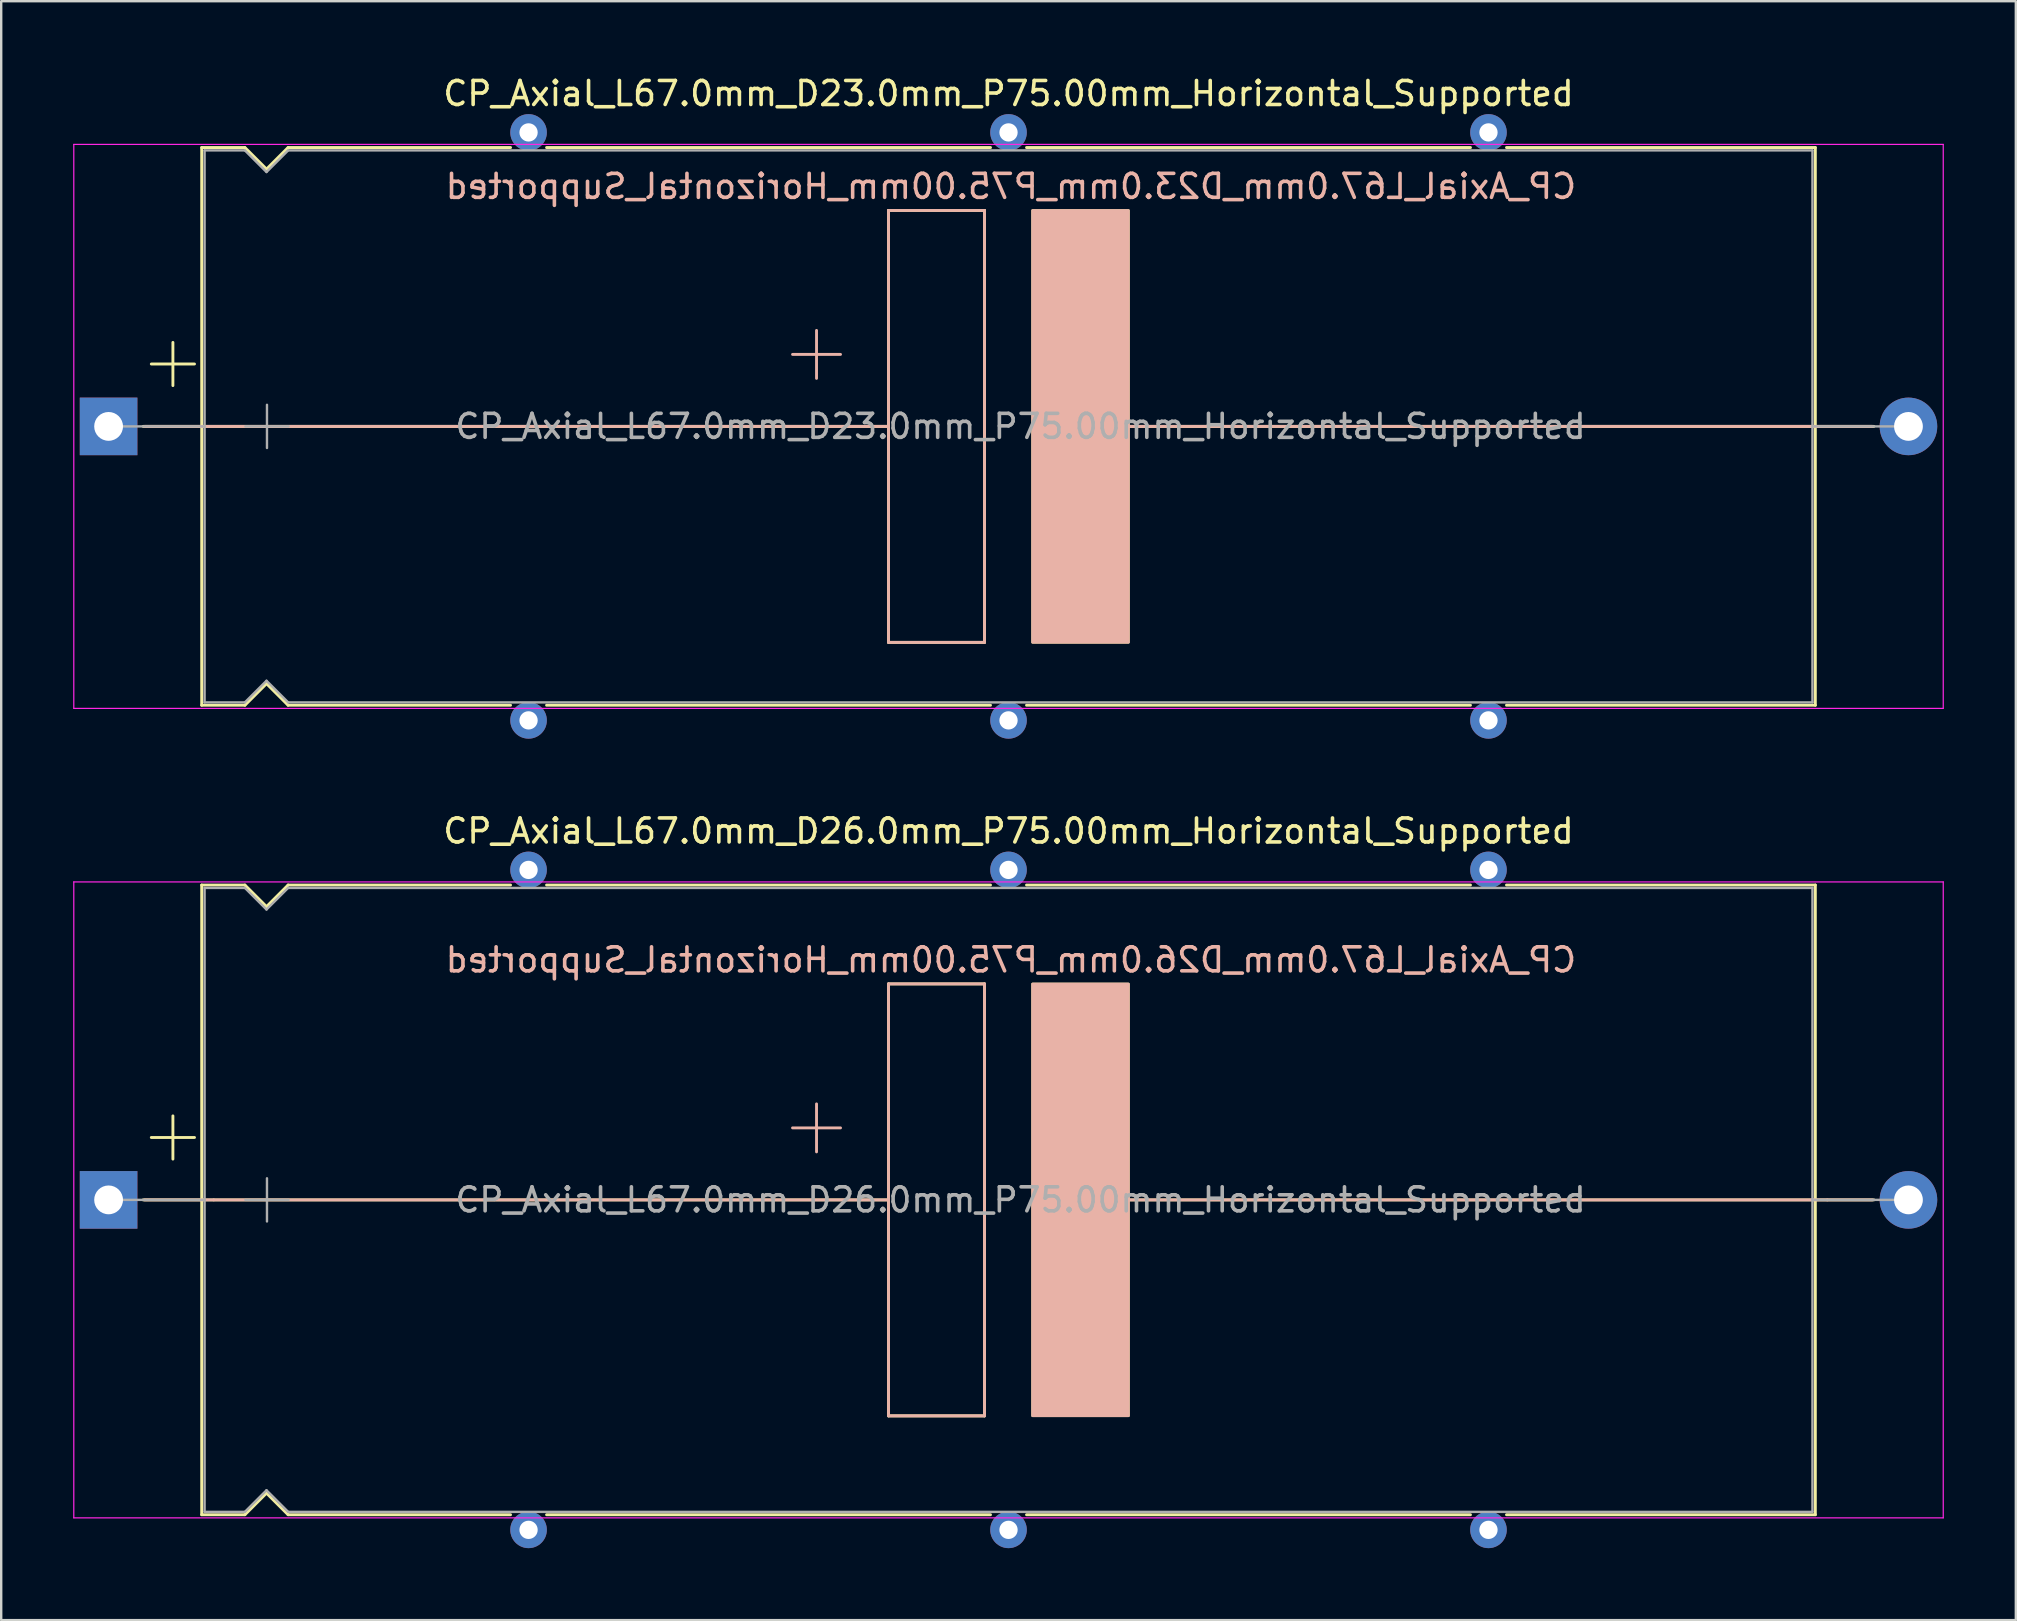
<source format=kicad_pcb>
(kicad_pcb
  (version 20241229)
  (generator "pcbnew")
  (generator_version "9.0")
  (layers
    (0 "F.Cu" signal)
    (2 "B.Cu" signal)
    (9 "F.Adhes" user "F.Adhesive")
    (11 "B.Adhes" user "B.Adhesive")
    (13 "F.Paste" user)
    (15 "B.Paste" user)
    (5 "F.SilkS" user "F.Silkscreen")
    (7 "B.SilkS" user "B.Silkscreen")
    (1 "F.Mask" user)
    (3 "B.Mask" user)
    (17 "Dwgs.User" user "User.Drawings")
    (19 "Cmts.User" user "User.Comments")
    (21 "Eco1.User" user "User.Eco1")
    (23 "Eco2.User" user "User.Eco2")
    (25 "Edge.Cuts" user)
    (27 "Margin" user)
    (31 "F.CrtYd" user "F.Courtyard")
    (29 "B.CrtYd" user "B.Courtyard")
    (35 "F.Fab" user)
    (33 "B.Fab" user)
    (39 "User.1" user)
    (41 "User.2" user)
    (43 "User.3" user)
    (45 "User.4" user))
  (footprint "CP_Axial_L67.0mm_D23.0mm_P75.00mm_Horizontal_Supported"
    (layer "F.Cu")
    (at 1.475 14.718)
    (property "Reference" "CP_Axial_L67.0mm_D23.0mm_P75.00mm_Horizontal_Supported" (at 37.5 -13.87 0) (layer "F.SilkS") (effects (font (size 1 1) (thickness 0.15))))
    (fp_line (start 1.44 0) (end 3.88 0) (stroke (width 0.12) (type solid)) (layer "F.SilkS"))
    (fp_line (start 1.78 -2.6) (end 3.58 -2.6) (stroke (width 0.12) (type solid)) (layer "F.SilkS"))
    (fp_line (start 2.68 -3.5) (end 2.68 -1.7) (stroke (width 0.12) (type solid)) (layer "F.SilkS"))
    (fp_line (start 3.873 0) (end 32.5 0) (stroke (width 0.12) (type solid)) (layer "F.SilkS"))
    (fp_line (start 3.88 -11.62) (end 3.88 11.62) (stroke (width 0.12) (type solid)) (layer "F.SilkS"))
    (fp_line (start 3.88 -11.62) (end 5.68 -11.62) (stroke (width 0.12) (type solid)) (layer "F.SilkS"))
    (fp_line (start 3.88 11.62) (end 5.68 11.62) (stroke (width 0.12) (type solid)) (layer "F.SilkS"))
    (fp_line (start 5.68 -11.62) (end 6.58 -10.72) (stroke (width 0.12) (type solid)) (layer "F.SilkS"))
    (fp_line (start 5.68 11.62) (end 6.58 10.72) (stroke (width 0.12) (type solid)) (layer "F.SilkS"))
    (fp_line (start 6.58 -10.72) (end 7.48 -11.62) (stroke (width 0.12) (type solid)) (layer "F.SilkS"))
    (fp_line (start 6.58 10.72) (end 7.48 11.62) (stroke (width 0.12) (type solid)) (layer "F.SilkS"))
    (fp_line (start 7.48 -11.62) (end 16.75 -11.62) (stroke (width 0.12) (type solid)) (layer "F.SilkS"))
    (fp_line (start 7.48 11.62) (end 16.75 11.62) (stroke (width 0.12) (type solid)) (layer "F.SilkS"))
    (fp_line (start 18.25 -11.62) (end 36.75 -11.62) (stroke (width 0.12) (type solid)) (layer "F.SilkS"))
    (fp_line (start 18.25 11.62) (end 36.75 11.62) (stroke (width 0.12) (type solid)) (layer "F.SilkS"))
    (fp_line (start 32.5 -9) (end 36.5 -9) (stroke (width 0.12) (type solid)) (layer "F.SilkS"))
    (fp_line (start 32.5 9) (end 32.5 -9) (stroke (width 0.12) (type solid)) (layer "F.SilkS"))
    (fp_line (start 36.5 -9) (end 36.5 9) (stroke (width 0.12) (type solid)) (layer "F.SilkS"))
    (fp_line (start 36.5 9) (end 32.5 9) (stroke (width 0.12) (type solid)) (layer "F.SilkS"))
    (fp_line (start 38.25 -11.62) (end 56.75 -11.62) (stroke (width 0.12) (type solid)) (layer "F.SilkS"))
    (fp_line (start 38.25 11.62) (end 56.75 11.62) (stroke (width 0.12) (type solid)) (layer "F.SilkS"))
    (fp_line (start 42 0) (end 71.12 0) (stroke (width 0.12) (type solid)) (layer "F.SilkS"))
    (fp_line (start 58.25 -11.62) (end 71.12 -11.62) (stroke (width 0.12) (type solid)) (layer "F.SilkS"))
    (fp_line (start 58.25 11.62) (end 71.12 11.62) (stroke (width 0.12) (type solid)) (layer "F.SilkS"))
    (fp_line (start 71.12 -11.62) (end 71.12 11.62) (stroke (width 0.12) (type solid)) (layer "F.SilkS"))
    (fp_line (start 73.56 0) (end 71.12 0) (stroke (width 0.12) (type solid)) (layer "F.SilkS"))
    (fp_poly (pts (xy 42.5 9) (xy 38.5 9) (xy 38.5 -9) (xy 42.5 -9)) (stroke (width 0.1) (type solid)) (fill yes) (layer "F.SilkS"))
    (fp_line (start 1.5 0) (end 4.38 0) (stroke (width 0.12) (type solid)) (layer "B.SilkS"))
    (fp_line (start 4.38 0) (end 32.5 0) (stroke (width 0.12) (type solid)) (layer "B.SilkS"))
    (fp_line (start 29.5 -2) (end 29.5 -4) (stroke (width 0.12) (type solid)) (layer "B.SilkS"))
    (fp_line (start 30.5 -3) (end 28.5 -3) (stroke (width 0.12) (type solid)) (layer "B.SilkS"))
    (fp_line (start 32.5 -9) (end 36.5 -9) (stroke (width 0.12) (type solid)) (layer "B.SilkS"))
    (fp_line (start 32.5 9) (end 32.5 -9) (stroke (width 0.12) (type solid)) (layer "B.SilkS"))
    (fp_line (start 36.5 -9) (end 36.5 9) (stroke (width 0.12) (type solid)) (layer "B.SilkS"))
    (fp_line (start 36.5 9) (end 32.5 9) (stroke (width 0.12) (type solid)) (layer "B.SilkS"))
    (fp_line (start 42.5 0) (end 71.62 0) (stroke (width 0.12) (type solid)) (layer "B.SilkS"))
    (fp_line (start 73.5 0) (end 71.62 0) (stroke (width 0.12) (type solid)) (layer "B.SilkS"))
    (fp_poly (pts (xy 42.5 9) (xy 38.5 9) (xy 38.5 -9) (xy 42.5 -9)) (stroke (width 0.1) (type solid)) (fill yes) (layer "B.SilkS"))
    (fp_line (start -1.45 -11.75) (end -1.45 11.75) (stroke (width 0.05) (type solid)) (layer "F.CrtYd"))
    (fp_line (start -1.45 11.75) (end 76.45 11.75) (stroke (width 0.05) (type solid)) (layer "F.CrtYd"))
    (fp_line (start 76.45 -11.75) (end -1.45 -11.75) (stroke (width 0.05) (type solid)) (layer "F.CrtYd"))
    (fp_line (start 76.45 11.75) (end 76.45 -11.75) (stroke (width 0.05) (type solid)) (layer "F.CrtYd"))
    (fp_line (start 0 0) (end 4 0) (stroke (width 0.1) (type solid)) (layer "F.Fab"))
    (fp_line (start 4 -11.5) (end 4 11.5) (stroke (width 0.1) (type solid)) (layer "F.Fab"))
    (fp_line (start 4 -11.5) (end 5.68 -11.5) (stroke (width 0.1) (type solid)) (layer "F.Fab"))
    (fp_line (start 4 11.5) (end 5.68 11.5) (stroke (width 0.1) (type solid)) (layer "F.Fab"))
    (fp_line (start 5.68 -11.5) (end 6.58 -10.6) (stroke (width 0.1) (type solid)) (layer "F.Fab"))
    (fp_line (start 5.68 11.5) (end 6.58 10.6) (stroke (width 0.1) (type solid)) (layer "F.Fab"))
    (fp_line (start 5.7 0) (end 7.5 0) (stroke (width 0.1) (type solid)) (layer "F.Fab"))
    (fp_line (start 6.58 -10.6) (end 7.48 -11.5) (stroke (width 0.1) (type solid)) (layer "F.Fab"))
    (fp_line (start 6.58 10.6) (end 7.48 11.5) (stroke (width 0.1) (type solid)) (layer "F.Fab"))
    (fp_line (start 6.6 -0.9) (end 6.6 0.9) (stroke (width 0.1) (type solid)) (layer "F.Fab"))
    (fp_line (start 7.48 -11.5) (end 71 -11.5) (stroke (width 0.1) (type solid)) (layer "F.Fab"))
    (fp_line (start 7.48 11.5) (end 71 11.5) (stroke (width 0.1) (type solid)) (layer "F.Fab"))
    (fp_line (start 71 -11.5) (end 71 11.5) (stroke (width 0.1) (type solid)) (layer "F.Fab"))
    (fp_line (start 75 0) (end 71 0) (stroke (width 0.1) (type solid)) (layer "F.Fab"))
    (fp_text user "${REFERENCE}" (at 37.6 -10 0) (layer "B.SilkS") (effects (font (size 1 1) (thickness 0.15)) (justify mirror)))
    (fp_text user "${REFERENCE}" (at 38 0 0) (layer "F.Fab") (effects (font (size 1 1) (thickness 0.15))))
    (pad "" thru_hole circle (at 17.5 -12.25) (size 1.524 1.524) (drill 0.762) (layers "*.Cu" "*.Mask"))
    (pad "" thru_hole circle (at 17.5 12.25) (size 1.524 1.524) (drill 0.762) (layers "*.Cu" "*.Mask"))
    (pad "" thru_hole circle (at 37.5 -12.25) (size 1.524 1.524) (drill 0.762) (layers "*.Cu" "*.Mask"))
    (pad "" thru_hole circle (at 37.5 12.25) (size 1.524 1.524) (drill 0.762) (layers "*.Cu" "*.Mask"))
    (pad "" thru_hole circle (at 57.5 -12.25) (size 1.524 1.524) (drill 0.762) (layers "*.Cu" "*.Mask"))
    (pad "" thru_hole circle (at 57.5 12.25) (size 1.524 1.524) (drill 0.762) (layers "*.Cu" "*.Mask"))
    (pad "1" thru_hole rect (at 0 0) (size 2.4 2.4) (drill 1.2) (layers "*.Cu" "*.Mask"))
    (pad "2" thru_hole oval (at 75 0) (size 2.4 2.4) (drill 1.2) (layers "*.Cu" "*.Mask")))
  (footprint "CP_Axial_L67.0mm_D26.0mm_P75.00mm_Horizontal_Supported"
    (layer "F.Cu")
    (at 1.475 46.949)
    (property "Reference" "CP_Axial_L67.0mm_D26.0mm_P75.00mm_Horizontal_Supported" (at 37.5 -15.37 0) (layer "F.SilkS") (effects (font (size 1 1) (thickness 0.15))))
    (fp_line (start 1.44 0) (end 3.88 0) (stroke (width 0.12) (type solid)) (layer "F.SilkS"))
    (fp_line (start 1.78 -2.6) (end 3.58 -2.6) (stroke (width 0.12) (type solid)) (layer "F.SilkS"))
    (fp_line (start 2.68 -3.5) (end 2.68 -1.7) (stroke (width 0.12) (type solid)) (layer "F.SilkS"))
    (fp_line (start 3.873 0) (end 32.5 0) (stroke (width 0.12) (type solid)) (layer "F.SilkS"))
    (fp_line (start 3.88 -13.12) (end 3.88 13.12) (stroke (width 0.12) (type solid)) (layer "F.SilkS"))
    (fp_line (start 3.88 -13.12) (end 5.68 -13.12) (stroke (width 0.12) (type solid)) (layer "F.SilkS"))
    (fp_line (start 3.88 13.12) (end 5.68 13.12) (stroke (width 0.12) (type solid)) (layer "F.SilkS"))
    (fp_line (start 5.68 -13.12) (end 6.58 -12.22) (stroke (width 0.12) (type solid)) (layer "F.SilkS"))
    (fp_line (start 5.68 13.12) (end 6.58 12.22) (stroke (width 0.12) (type solid)) (layer "F.SilkS"))
    (fp_line (start 6.58 -12.22) (end 7.48 -13.12) (stroke (width 0.12) (type solid)) (layer "F.SilkS"))
    (fp_line (start 6.58 12.22) (end 7.48 13.12) (stroke (width 0.12) (type solid)) (layer "F.SilkS"))
    (fp_line (start 7.48 -13.12) (end 16.75 -13.12) (stroke (width 0.12) (type solid)) (layer "F.SilkS"))
    (fp_line (start 7.48 13.12) (end 16.75 13.12) (stroke (width 0.12) (type solid)) (layer "F.SilkS"))
    (fp_line (start 18.25 -13.12) (end 36.75 -13.12) (stroke (width 0.12) (type solid)) (layer "F.SilkS"))
    (fp_line (start 18.25 13.12) (end 36.75 13.12) (stroke (width 0.12) (type solid)) (layer "F.SilkS"))
    (fp_line (start 32.5 -9) (end 36.5 -9) (stroke (width 0.12) (type solid)) (layer "F.SilkS"))
    (fp_line (start 32.5 9) (end 32.5 -9) (stroke (width 0.12) (type solid)) (layer "F.SilkS"))
    (fp_line (start 36.5 -9) (end 36.5 9) (stroke (width 0.12) (type solid)) (layer "F.SilkS"))
    (fp_line (start 36.5 9) (end 32.5 9) (stroke (width 0.12) (type solid)) (layer "F.SilkS"))
    (fp_line (start 38.25 -13.12) (end 56.75 -13.12) (stroke (width 0.12) (type solid)) (layer "F.SilkS"))
    (fp_line (start 38.25 13.12) (end 56.75 13.12) (stroke (width 0.12) (type solid)) (layer "F.SilkS"))
    (fp_line (start 42 0) (end 71.12 0) (stroke (width 0.12) (type solid)) (layer "F.SilkS"))
    (fp_line (start 58.25 -13.12) (end 71.12 -13.12) (stroke (width 0.12) (type solid)) (layer "F.SilkS"))
    (fp_line (start 58.25 13.12) (end 71.12 13.12) (stroke (width 0.12) (type solid)) (layer "F.SilkS"))
    (fp_line (start 71.12 -13.12) (end 71.12 13.12) (stroke (width 0.12) (type solid)) (layer "F.SilkS"))
    (fp_line (start 73.56 0) (end 71.12 0) (stroke (width 0.12) (type solid)) (layer "F.SilkS"))
    (fp_poly (pts (xy 42.5 9) (xy 38.5 9) (xy 38.5 -9) (xy 42.5 -9)) (stroke (width 0.1) (type solid)) (fill yes) (layer "F.SilkS"))
    (fp_line (start 1.5 0) (end 4.38 0) (stroke (width 0.12) (type solid)) (layer "B.SilkS"))
    (fp_line (start 4.38 0) (end 32.5 0) (stroke (width 0.12) (type solid)) (layer "B.SilkS"))
    (fp_line (start 29.5 -2) (end 29.5 -4) (stroke (width 0.12) (type solid)) (layer "B.SilkS"))
    (fp_line (start 30.5 -3) (end 28.5 -3) (stroke (width 0.12) (type solid)) (layer "B.SilkS"))
    (fp_line (start 32.5 -9) (end 36.5 -9) (stroke (width 0.12) (type solid)) (layer "B.SilkS"))
    (fp_line (start 32.5 9) (end 32.5 -9) (stroke (width 0.12) (type solid)) (layer "B.SilkS"))
    (fp_line (start 36.5 -9) (end 36.5 9) (stroke (width 0.12) (type solid)) (layer "B.SilkS"))
    (fp_line (start 36.5 9) (end 32.5 9) (stroke (width 0.12) (type solid)) (layer "B.SilkS"))
    (fp_line (start 42.5 0) (end 71.62 0) (stroke (width 0.12) (type solid)) (layer "B.SilkS"))
    (fp_line (start 73.5 0) (end 71.62 0) (stroke (width 0.12) (type solid)) (layer "B.SilkS"))
    (fp_poly (pts (xy 42.5 9) (xy 38.5 9) (xy 38.5 -9) (xy 42.5 -9)) (stroke (width 0.1) (type solid)) (fill yes) (layer "B.SilkS"))
    (fp_line (start -1.45 -13.25) (end -1.45 13.25) (stroke (width 0.05) (type solid)) (layer "F.CrtYd"))
    (fp_line (start -1.45 13.25) (end 76.45 13.25) (stroke (width 0.05) (type solid)) (layer "F.CrtYd"))
    (fp_line (start 76.45 -13.25) (end -1.45 -13.25) (stroke (width 0.05) (type solid)) (layer "F.CrtYd"))
    (fp_line (start 76.45 13.25) (end 76.45 -13.25) (stroke (width 0.05) (type solid)) (layer "F.CrtYd"))
    (fp_line (start 0 0) (end 4 0) (stroke (width 0.1) (type solid)) (layer "F.Fab"))
    (fp_line (start 4 -13) (end 4 13) (stroke (width 0.1) (type solid)) (layer "F.Fab"))
    (fp_line (start 4 -13) (end 5.68 -13) (stroke (width 0.1) (type solid)) (layer "F.Fab"))
    (fp_line (start 4 13) (end 5.68 13) (stroke (width 0.1) (type solid)) (layer "F.Fab"))
    (fp_line (start 5.68 -13) (end 6.58 -12.1) (stroke (width 0.1) (type solid)) (layer "F.Fab"))
    (fp_line (start 5.68 13) (end 6.58 12.1) (stroke (width 0.1) (type solid)) (layer "F.Fab"))
    (fp_line (start 5.7 0) (end 7.5 0) (stroke (width 0.1) (type solid)) (layer "F.Fab"))
    (fp_line (start 6.58 -12.1) (end 7.48 -13) (stroke (width 0.1) (type solid)) (layer "F.Fab"))
    (fp_line (start 6.58 12.1) (end 7.48 13) (stroke (width 0.1) (type solid)) (layer "F.Fab"))
    (fp_line (start 6.6 -0.9) (end 6.6 0.9) (stroke (width 0.1) (type solid)) (layer "F.Fab"))
    (fp_line (start 7.48 -13) (end 71 -13) (stroke (width 0.1) (type solid)) (layer "F.Fab"))
    (fp_line (start 7.48 13) (end 71 13) (stroke (width 0.1) (type solid)) (layer "F.Fab"))
    (fp_line (start 71 -13) (end 71 13) (stroke (width 0.1) (type solid)) (layer "F.Fab"))
    (fp_line (start 75 0) (end 71 0) (stroke (width 0.1) (type solid)) (layer "F.Fab"))
    (fp_text user "${REFERENCE}" (at 37.6 -10 0) (layer "B.SilkS") (effects (font (size 1 1) (thickness 0.15)) (justify mirror)))
    (fp_text user "${REFERENCE}" (at 38 0 0) (layer "F.Fab") (effects (font (size 1 1) (thickness 0.15))))
    (pad "" thru_hole circle (at 17.5 -13.75) (size 1.524 1.524) (drill 0.762) (layers "*.Cu" "*.Mask"))
    (pad "" thru_hole circle (at 17.5 13.75) (size 1.524 1.524) (drill 0.762) (layers "*.Cu" "*.Mask"))
    (pad "" thru_hole circle (at 37.5 -13.75) (size 1.524 1.524) (drill 0.762) (layers "*.Cu" "*.Mask"))
    (pad "" thru_hole circle (at 37.5 13.75) (size 1.524 1.524) (drill 0.762) (layers "*.Cu" "*.Mask"))
    (pad "" thru_hole circle (at 57.5 -13.75) (size 1.524 1.524) (drill 0.762) (layers "*.Cu" "*.Mask"))
    (pad "" thru_hole circle (at 57.5 13.75) (size 1.524 1.524) (drill 0.762) (layers "*.Cu" "*.Mask"))
    (pad "1" thru_hole rect (at 0 0) (size 2.4 2.4) (drill 1.2) (layers "*.Cu" "*.Mask"))
    (pad "2" thru_hole oval (at 75 0) (size 2.4 2.4) (drill 1.2) (layers "*.Cu" "*.Mask")))
  (gr_rect
    (start -3 -3)
    (end 80.95 64.46)
    (stroke (width 0.1) (type default))
    (fill no)
    (layer "Edge.Cuts")))
</source>
